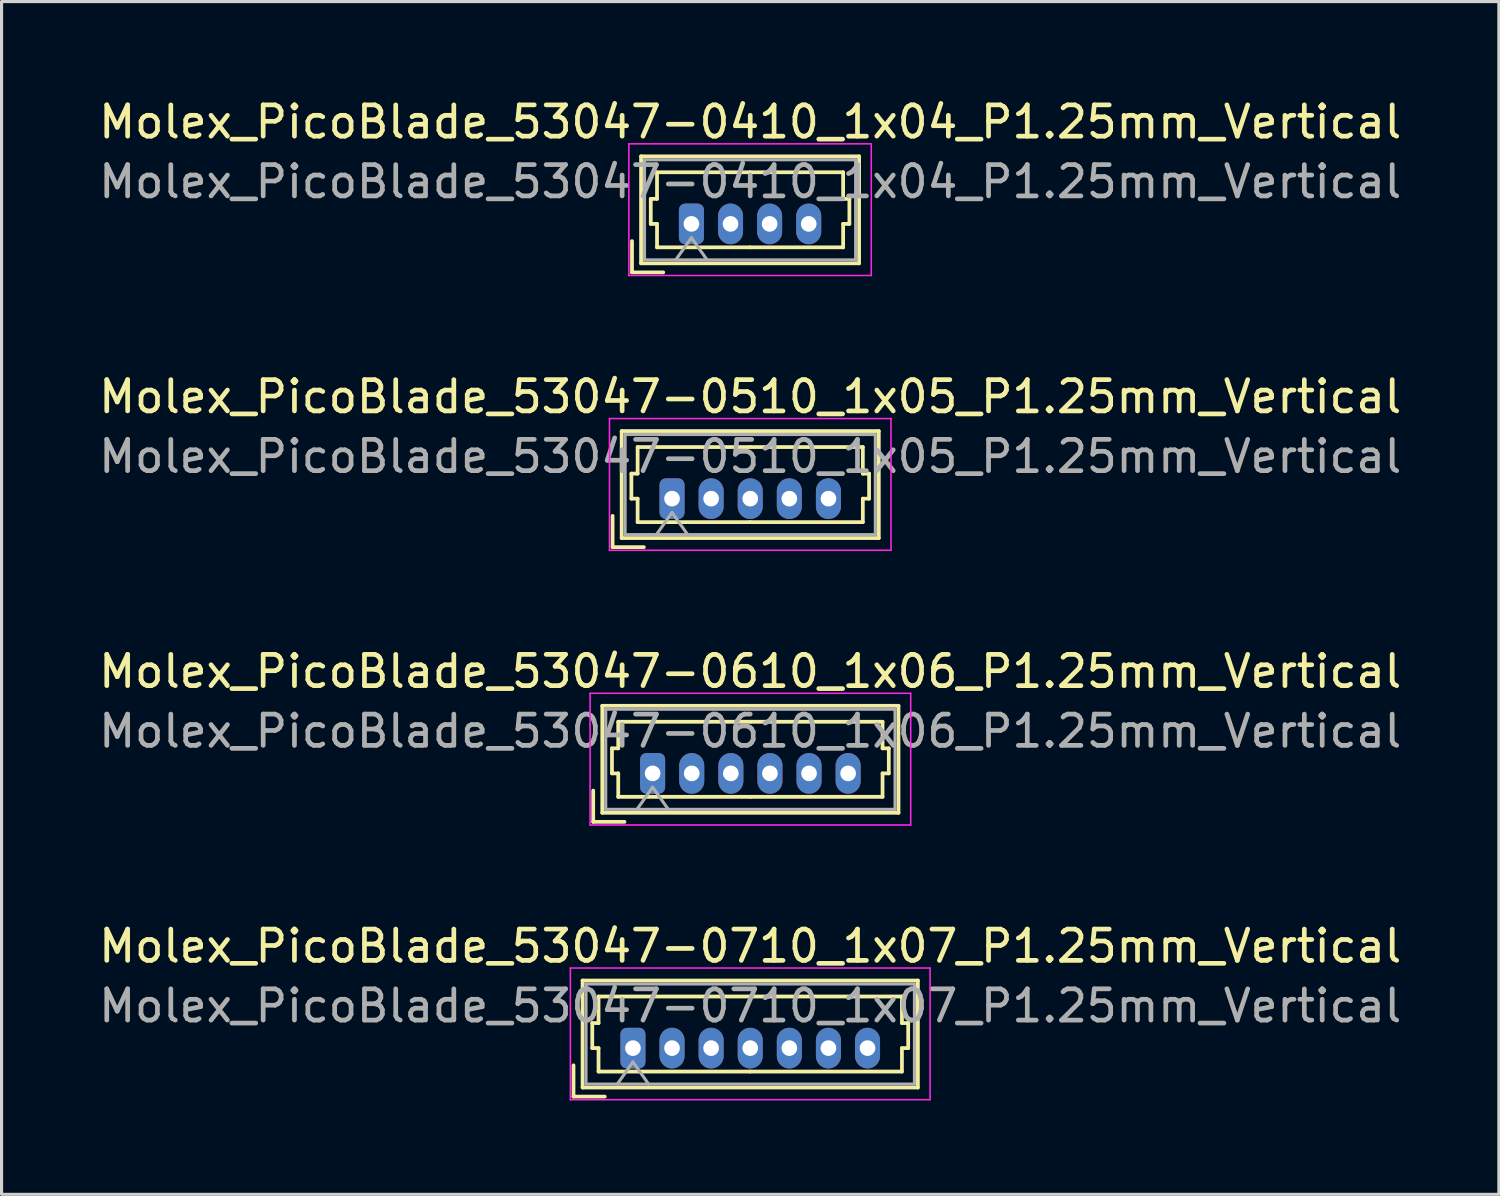
<source format=kicad_pcb>
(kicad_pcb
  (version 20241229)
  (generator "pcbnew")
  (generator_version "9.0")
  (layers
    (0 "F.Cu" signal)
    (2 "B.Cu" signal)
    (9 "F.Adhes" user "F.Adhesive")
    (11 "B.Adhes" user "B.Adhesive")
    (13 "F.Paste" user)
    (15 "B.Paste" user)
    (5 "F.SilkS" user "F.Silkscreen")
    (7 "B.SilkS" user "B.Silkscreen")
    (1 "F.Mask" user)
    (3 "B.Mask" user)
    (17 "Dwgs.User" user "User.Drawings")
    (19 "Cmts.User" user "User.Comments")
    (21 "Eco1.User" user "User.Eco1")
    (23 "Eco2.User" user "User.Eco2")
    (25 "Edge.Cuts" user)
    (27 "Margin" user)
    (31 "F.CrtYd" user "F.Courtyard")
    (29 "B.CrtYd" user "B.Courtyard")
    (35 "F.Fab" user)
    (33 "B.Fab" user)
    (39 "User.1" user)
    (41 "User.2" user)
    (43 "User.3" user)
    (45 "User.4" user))
  (footprint "Molex_PicoBlade_53047-0610_1x06_P1.25mm_Vertical"
    (layer "F.Cu")
    (at 17.815 21.675)
    (property "Reference" "Molex_PicoBlade_53047-0610_1x06_P1.25mm_Vertical" (at 3.12 -3.26 0) (layer "F.SilkS") (effects (font (size 1 1) (thickness 0.15))))
    (attr through_hole)
    (fp_line (start -1.9 1.55) (end -1.9 0.55) (stroke (width 0.12) (type solid)) (layer "F.SilkS"))
    (fp_line (start -1.9 1.55) (end -0.9 1.55) (stroke (width 0.12) (type solid)) (layer "F.SilkS"))
    (fp_line (start -1.61 -2.16) (end -1.61 1.26) (stroke (width 0.12) (type solid)) (layer "F.SilkS"))
    (fp_line (start -1.61 1.26) (end 7.86 1.26) (stroke (width 0.12) (type solid)) (layer "F.SilkS"))
    (fp_line (start -1.3 -0.8) (end -1.1 -0.8) (stroke (width 0.12) (type solid)) (layer "F.SilkS"))
    (fp_line (start -1.3 0) (end -1.3 -0.8) (stroke (width 0.12) (type solid)) (layer "F.SilkS"))
    (fp_line (start -1.1 -1.65) (end 3.125 -1.65) (stroke (width 0.12) (type solid)) (layer "F.SilkS"))
    (fp_line (start -1.1 -0.8) (end -1.1 -1.65) (stroke (width 0.12) (type solid)) (layer "F.SilkS"))
    (fp_line (start -1.1 0) (end -1.3 0) (stroke (width 0.12) (type solid)) (layer "F.SilkS"))
    (fp_line (start -1.1 0.75) (end -1.1 0) (stroke (width 0.12) (type solid)) (layer "F.SilkS"))
    (fp_line (start 3.125 0.75) (end -1.1 0.75) (stroke (width 0.12) (type solid)) (layer "F.SilkS"))
    (fp_line (start 3.125 0.75) (end 7.35 0.75) (stroke (width 0.12) (type solid)) (layer "F.SilkS"))
    (fp_line (start 7.35 -1.65) (end 3.125 -1.65) (stroke (width 0.12) (type solid)) (layer "F.SilkS"))
    (fp_line (start 7.35 -0.8) (end 7.35 -1.65) (stroke (width 0.12) (type solid)) (layer "F.SilkS"))
    (fp_line (start 7.35 0) (end 7.55 0) (stroke (width 0.12) (type solid)) (layer "F.SilkS"))
    (fp_line (start 7.35 0.75) (end 7.35 0) (stroke (width 0.12) (type solid)) (layer "F.SilkS"))
    (fp_line (start 7.55 -0.8) (end 7.35 -0.8) (stroke (width 0.12) (type solid)) (layer "F.SilkS"))
    (fp_line (start 7.55 0) (end 7.55 -0.8) (stroke (width 0.12) (type solid)) (layer "F.SilkS"))
    (fp_line (start 7.86 -2.16) (end -1.61 -2.16) (stroke (width 0.12) (type solid)) (layer "F.SilkS"))
    (fp_line (start 7.86 1.26) (end 7.86 -2.16) (stroke (width 0.12) (type solid)) (layer "F.SilkS"))
    (fp_line (start -2 -2.56) (end -2 1.65) (stroke (width 0.05) (type solid)) (layer "F.CrtYd"))
    (fp_line (start -2 1.65) (end 8.25 1.65) (stroke (width 0.05) (type solid)) (layer "F.CrtYd"))
    (fp_line (start 8.25 -2.56) (end -2 -2.56) (stroke (width 0.05) (type solid)) (layer "F.CrtYd"))
    (fp_line (start 8.25 1.65) (end 8.25 -2.56) (stroke (width 0.05) (type solid)) (layer "F.CrtYd"))
    (fp_line (start -1.5 -2.05) (end -1.5 1.15) (stroke (width 0.1) (type solid)) (layer "F.Fab"))
    (fp_line (start -1.5 1.15) (end 7.75 1.15) (stroke (width 0.1) (type solid)) (layer "F.Fab"))
    (fp_line (start -0.5 1.15) (end 0 0.443) (stroke (width 0.1) (type solid)) (layer "F.Fab"))
    (fp_line (start 0 0.443) (end 0.5 1.15) (stroke (width 0.1) (type solid)) (layer "F.Fab"))
    (fp_line (start 7.75 -2.05) (end -1.5 -2.05) (stroke (width 0.1) (type solid)) (layer "F.Fab"))
    (fp_line (start 7.75 1.15) (end 7.75 -2.05) (stroke (width 0.1) (type solid)) (layer "F.Fab"))
    (fp_text user "${REFERENCE}" (at 3.12 -1.35 0) (layer "F.Fab") (effects (font (size 1 1) (thickness 0.15))))
    (pad "1" thru_hole roundrect (at 0 0) (size 0.8 1.3) (drill 0.5) (layers "*.Cu" "*.Mask") (roundrect_rratio 0.25))
    (pad "2" thru_hole oval (at 1.25 0) (size 0.8 1.3) (drill 0.5) (layers "*.Cu" "*.Mask"))
    (pad "3" thru_hole oval (at 2.5 0) (size 0.8 1.3) (drill 0.5) (layers "*.Cu" "*.Mask"))
    (pad "4" thru_hole oval (at 3.75 0) (size 0.8 1.3) (drill 0.5) (layers "*.Cu" "*.Mask"))
    (pad "5" thru_hole oval (at 5 0) (size 0.8 1.3) (drill 0.5) (layers "*.Cu" "*.Mask"))
    (pad "6" thru_hole oval (at 6.25 0) (size 0.8 1.3) (drill 0.5) (layers "*.Cu" "*.Mask")))
  (footprint "Molex_PicoBlade_53047-0510_1x05_P1.25mm_Vertical"
    (layer "F.Cu")
    (at 18.435 12.892)
    (property "Reference" "Molex_PicoBlade_53047-0510_1x05_P1.25mm_Vertical" (at 2.5 -3.26 0) (layer "F.SilkS") (effects (font (size 1 1) (thickness 0.15))))
    (attr through_hole)
    (fp_line (start -1.9 1.55) (end -1.9 0.55) (stroke (width 0.12) (type solid)) (layer "F.SilkS"))
    (fp_line (start -1.9 1.55) (end -0.9 1.55) (stroke (width 0.12) (type solid)) (layer "F.SilkS"))
    (fp_line (start -1.61 -2.16) (end -1.61 1.26) (stroke (width 0.12) (type solid)) (layer "F.SilkS"))
    (fp_line (start -1.61 1.26) (end 6.61 1.26) (stroke (width 0.12) (type solid)) (layer "F.SilkS"))
    (fp_line (start -1.3 -0.8) (end -1.1 -0.8) (stroke (width 0.12) (type solid)) (layer "F.SilkS"))
    (fp_line (start -1.3 0) (end -1.3 -0.8) (stroke (width 0.12) (type solid)) (layer "F.SilkS"))
    (fp_line (start -1.1 -1.65) (end 2.5 -1.65) (stroke (width 0.12) (type solid)) (layer "F.SilkS"))
    (fp_line (start -1.1 -0.8) (end -1.1 -1.65) (stroke (width 0.12) (type solid)) (layer "F.SilkS"))
    (fp_line (start -1.1 0) (end -1.3 0) (stroke (width 0.12) (type solid)) (layer "F.SilkS"))
    (fp_line (start -1.1 0.75) (end -1.1 0) (stroke (width 0.12) (type solid)) (layer "F.SilkS"))
    (fp_line (start 2.5 0.75) (end -1.1 0.75) (stroke (width 0.12) (type solid)) (layer "F.SilkS"))
    (fp_line (start 2.5 0.75) (end 6.1 0.75) (stroke (width 0.12) (type solid)) (layer "F.SilkS"))
    (fp_line (start 6.1 -1.65) (end 2.5 -1.65) (stroke (width 0.12) (type solid)) (layer "F.SilkS"))
    (fp_line (start 6.1 -0.8) (end 6.1 -1.65) (stroke (width 0.12) (type solid)) (layer "F.SilkS"))
    (fp_line (start 6.1 0) (end 6.3 0) (stroke (width 0.12) (type solid)) (layer "F.SilkS"))
    (fp_line (start 6.1 0.75) (end 6.1 0) (stroke (width 0.12) (type solid)) (layer "F.SilkS"))
    (fp_line (start 6.3 -0.8) (end 6.1 -0.8) (stroke (width 0.12) (type solid)) (layer "F.SilkS"))
    (fp_line (start 6.3 0) (end 6.3 -0.8) (stroke (width 0.12) (type solid)) (layer "F.SilkS"))
    (fp_line (start 6.61 -2.16) (end -1.61 -2.16) (stroke (width 0.12) (type solid)) (layer "F.SilkS"))
    (fp_line (start 6.61 1.26) (end 6.61 -2.16) (stroke (width 0.12) (type solid)) (layer "F.SilkS"))
    (fp_line (start -2 -2.56) (end -2 1.65) (stroke (width 0.05) (type solid)) (layer "F.CrtYd"))
    (fp_line (start -2 1.65) (end 7 1.65) (stroke (width 0.05) (type solid)) (layer "F.CrtYd"))
    (fp_line (start 7 -2.56) (end -2 -2.56) (stroke (width 0.05) (type solid)) (layer "F.CrtYd"))
    (fp_line (start 7 1.65) (end 7 -2.56) (stroke (width 0.05) (type solid)) (layer "F.CrtYd"))
    (fp_line (start -1.5 -2.05) (end -1.5 1.15) (stroke (width 0.1) (type solid)) (layer "F.Fab"))
    (fp_line (start -1.5 1.15) (end 6.5 1.15) (stroke (width 0.1) (type solid)) (layer "F.Fab"))
    (fp_line (start -0.5 1.15) (end 0 0.443) (stroke (width 0.1) (type solid)) (layer "F.Fab"))
    (fp_line (start 0 0.443) (end 0.5 1.15) (stroke (width 0.1) (type solid)) (layer "F.Fab"))
    (fp_line (start 6.5 -2.05) (end -1.5 -2.05) (stroke (width 0.1) (type solid)) (layer "F.Fab"))
    (fp_line (start 6.5 1.15) (end 6.5 -2.05) (stroke (width 0.1) (type solid)) (layer "F.Fab"))
    (fp_text user "${REFERENCE}" (at 2.5 -1.35 0) (layer "F.Fab") (effects (font (size 1 1) (thickness 0.15))))
    (pad "1" thru_hole roundrect (at 0 0) (size 0.8 1.3) (drill 0.5) (layers "*.Cu" "*.Mask") (roundrect_rratio 0.25))
    (pad "2" thru_hole oval (at 1.25 0) (size 0.8 1.3) (drill 0.5) (layers "*.Cu" "*.Mask"))
    (pad "3" thru_hole oval (at 2.5 0) (size 0.8 1.3) (drill 0.5) (layers "*.Cu" "*.Mask"))
    (pad "4" thru_hole oval (at 3.75 0) (size 0.8 1.3) (drill 0.5) (layers "*.Cu" "*.Mask"))
    (pad "5" thru_hole oval (at 5 0) (size 0.8 1.3) (drill 0.5) (layers "*.Cu" "*.Mask")))
  (footprint "Molex_PicoBlade_53047-0710_1x07_P1.25mm_Vertical"
    (layer "F.Cu")
    (at 17.185 30.458)
    (property "Reference" "Molex_PicoBlade_53047-0710_1x07_P1.25mm_Vertical" (at 3.75 -3.26 0) (layer "F.SilkS") (effects (font (size 1 1) (thickness 0.15))))
    (attr through_hole)
    (fp_line (start -1.9 1.55) (end -1.9 0.55) (stroke (width 0.12) (type solid)) (layer "F.SilkS"))
    (fp_line (start -1.9 1.55) (end -0.9 1.55) (stroke (width 0.12) (type solid)) (layer "F.SilkS"))
    (fp_line (start -1.61 -2.16) (end -1.61 1.26) (stroke (width 0.12) (type solid)) (layer "F.SilkS"))
    (fp_line (start -1.61 1.26) (end 9.11 1.26) (stroke (width 0.12) (type solid)) (layer "F.SilkS"))
    (fp_line (start -1.3 -0.8) (end -1.1 -0.8) (stroke (width 0.12) (type solid)) (layer "F.SilkS"))
    (fp_line (start -1.3 0) (end -1.3 -0.8) (stroke (width 0.12) (type solid)) (layer "F.SilkS"))
    (fp_line (start -1.1 -1.65) (end 3.75 -1.65) (stroke (width 0.12) (type solid)) (layer "F.SilkS"))
    (fp_line (start -1.1 -0.8) (end -1.1 -1.65) (stroke (width 0.12) (type solid)) (layer "F.SilkS"))
    (fp_line (start -1.1 0) (end -1.3 0) (stroke (width 0.12) (type solid)) (layer "F.SilkS"))
    (fp_line (start -1.1 0.75) (end -1.1 0) (stroke (width 0.12) (type solid)) (layer "F.SilkS"))
    (fp_line (start 3.75 0.75) (end -1.1 0.75) (stroke (width 0.12) (type solid)) (layer "F.SilkS"))
    (fp_line (start 3.75 0.75) (end 8.6 0.75) (stroke (width 0.12) (type solid)) (layer "F.SilkS"))
    (fp_line (start 8.6 -1.65) (end 3.75 -1.65) (stroke (width 0.12) (type solid)) (layer "F.SilkS"))
    (fp_line (start 8.6 -0.8) (end 8.6 -1.65) (stroke (width 0.12) (type solid)) (layer "F.SilkS"))
    (fp_line (start 8.6 0) (end 8.8 0) (stroke (width 0.12) (type solid)) (layer "F.SilkS"))
    (fp_line (start 8.6 0.75) (end 8.6 0) (stroke (width 0.12) (type solid)) (layer "F.SilkS"))
    (fp_line (start 8.8 -0.8) (end 8.6 -0.8) (stroke (width 0.12) (type solid)) (layer "F.SilkS"))
    (fp_line (start 8.8 0) (end 8.8 -0.8) (stroke (width 0.12) (type solid)) (layer "F.SilkS"))
    (fp_line (start 9.11 -2.16) (end -1.61 -2.16) (stroke (width 0.12) (type solid)) (layer "F.SilkS"))
    (fp_line (start 9.11 1.26) (end 9.11 -2.16) (stroke (width 0.12) (type solid)) (layer "F.SilkS"))
    (fp_line (start -2 -2.56) (end -2 1.65) (stroke (width 0.05) (type solid)) (layer "F.CrtYd"))
    (fp_line (start -2 1.65) (end 9.5 1.65) (stroke (width 0.05) (type solid)) (layer "F.CrtYd"))
    (fp_line (start 9.5 -2.56) (end -2 -2.56) (stroke (width 0.05) (type solid)) (layer "F.CrtYd"))
    (fp_line (start 9.5 1.65) (end 9.5 -2.56) (stroke (width 0.05) (type solid)) (layer "F.CrtYd"))
    (fp_line (start -1.5 -2.05) (end -1.5 1.15) (stroke (width 0.1) (type solid)) (layer "F.Fab"))
    (fp_line (start -1.5 1.15) (end 9 1.15) (stroke (width 0.1) (type solid)) (layer "F.Fab"))
    (fp_line (start -0.5 1.15) (end 0 0.443) (stroke (width 0.1) (type solid)) (layer "F.Fab"))
    (fp_line (start 0 0.443) (end 0.5 1.15) (stroke (width 0.1) (type solid)) (layer "F.Fab"))
    (fp_line (start 9 -2.05) (end -1.5 -2.05) (stroke (width 0.1) (type solid)) (layer "F.Fab"))
    (fp_line (start 9 1.15) (end 9 -2.05) (stroke (width 0.1) (type solid)) (layer "F.Fab"))
    (fp_text user "${REFERENCE}" (at 3.75 -1.35 0) (layer "F.Fab") (effects (font (size 1 1) (thickness 0.15))))
    (pad "1" thru_hole roundrect (at 0 0) (size 0.8 1.3) (drill 0.5) (layers "*.Cu" "*.Mask") (roundrect_rratio 0.25))
    (pad "2" thru_hole oval (at 1.25 0) (size 0.8 1.3) (drill 0.5) (layers "*.Cu" "*.Mask"))
    (pad "3" thru_hole oval (at 2.5 0) (size 0.8 1.3) (drill 0.5) (layers "*.Cu" "*.Mask"))
    (pad "4" thru_hole oval (at 3.75 0) (size 0.8 1.3) (drill 0.5) (layers "*.Cu" "*.Mask"))
    (pad "5" thru_hole oval (at 5 0) (size 0.8 1.3) (drill 0.5) (layers "*.Cu" "*.Mask"))
    (pad "6" thru_hole oval (at 6.25 0) (size 0.8 1.3) (drill 0.5) (layers "*.Cu" "*.Mask"))
    (pad "7" thru_hole oval (at 7.5 0) (size 0.8 1.3) (drill 0.5) (layers "*.Cu" "*.Mask")))
  (footprint "Molex_PicoBlade_53047-0410_1x04_P1.25mm_Vertical"
    (layer "F.Cu")
    (at 19.055 4.108)
    (property "Reference" "Molex_PicoBlade_53047-0410_1x04_P1.25mm_Vertical" (at 1.88 -3.26 0) (layer "F.SilkS") (effects (font (size 1 1) (thickness 0.15))))
    (attr through_hole)
    (fp_line (start -1.9 1.55) (end -1.9 0.55) (stroke (width 0.12) (type solid)) (layer "F.SilkS"))
    (fp_line (start -1.9 1.55) (end -0.9 1.55) (stroke (width 0.12) (type solid)) (layer "F.SilkS"))
    (fp_line (start -1.61 -2.16) (end -1.61 1.26) (stroke (width 0.12) (type solid)) (layer "F.SilkS"))
    (fp_line (start -1.61 1.26) (end 5.36 1.26) (stroke (width 0.12) (type solid)) (layer "F.SilkS"))
    (fp_line (start -1.3 -0.8) (end -1.1 -0.8) (stroke (width 0.12) (type solid)) (layer "F.SilkS"))
    (fp_line (start -1.3 0) (end -1.3 -0.8) (stroke (width 0.12) (type solid)) (layer "F.SilkS"))
    (fp_line (start -1.1 -1.65) (end 1.875 -1.65) (stroke (width 0.12) (type solid)) (layer "F.SilkS"))
    (fp_line (start -1.1 -0.8) (end -1.1 -1.65) (stroke (width 0.12) (type solid)) (layer "F.SilkS"))
    (fp_line (start -1.1 0) (end -1.3 0) (stroke (width 0.12) (type solid)) (layer "F.SilkS"))
    (fp_line (start -1.1 0.75) (end -1.1 0) (stroke (width 0.12) (type solid)) (layer "F.SilkS"))
    (fp_line (start 1.875 0.75) (end -1.1 0.75) (stroke (width 0.12) (type solid)) (layer "F.SilkS"))
    (fp_line (start 1.875 0.75) (end 4.85 0.75) (stroke (width 0.12) (type solid)) (layer "F.SilkS"))
    (fp_line (start 4.85 -1.65) (end 1.875 -1.65) (stroke (width 0.12) (type solid)) (layer "F.SilkS"))
    (fp_line (start 4.85 -0.8) (end 4.85 -1.65) (stroke (width 0.12) (type solid)) (layer "F.SilkS"))
    (fp_line (start 4.85 0) (end 5.05 0) (stroke (width 0.12) (type solid)) (layer "F.SilkS"))
    (fp_line (start 4.85 0.75) (end 4.85 0) (stroke (width 0.12) (type solid)) (layer "F.SilkS"))
    (fp_line (start 5.05 -0.8) (end 4.85 -0.8) (stroke (width 0.12) (type solid)) (layer "F.SilkS"))
    (fp_line (start 5.05 0) (end 5.05 -0.8) (stroke (width 0.12) (type solid)) (layer "F.SilkS"))
    (fp_line (start 5.36 -2.16) (end -1.61 -2.16) (stroke (width 0.12) (type solid)) (layer "F.SilkS"))
    (fp_line (start 5.36 1.26) (end 5.36 -2.16) (stroke (width 0.12) (type solid)) (layer "F.SilkS"))
    (fp_line (start -2 -2.56) (end -2 1.65) (stroke (width 0.05) (type solid)) (layer "F.CrtYd"))
    (fp_line (start -2 1.65) (end 5.75 1.65) (stroke (width 0.05) (type solid)) (layer "F.CrtYd"))
    (fp_line (start 5.75 -2.56) (end -2 -2.56) (stroke (width 0.05) (type solid)) (layer "F.CrtYd"))
    (fp_line (start 5.75 1.65) (end 5.75 -2.56) (stroke (width 0.05) (type solid)) (layer "F.CrtYd"))
    (fp_line (start -1.5 -2.05) (end -1.5 1.15) (stroke (width 0.1) (type solid)) (layer "F.Fab"))
    (fp_line (start -1.5 1.15) (end 5.25 1.15) (stroke (width 0.1) (type solid)) (layer "F.Fab"))
    (fp_line (start -0.5 1.15) (end 0 0.443) (stroke (width 0.1) (type solid)) (layer "F.Fab"))
    (fp_line (start 0 0.443) (end 0.5 1.15) (stroke (width 0.1) (type solid)) (layer "F.Fab"))
    (fp_line (start 5.25 -2.05) (end -1.5 -2.05) (stroke (width 0.1) (type solid)) (layer "F.Fab"))
    (fp_line (start 5.25 1.15) (end 5.25 -2.05) (stroke (width 0.1) (type solid)) (layer "F.Fab"))
    (fp_text user "${REFERENCE}" (at 1.88 -1.35 0) (layer "F.Fab") (effects (font (size 1 1) (thickness 0.15))))
    (pad "1" thru_hole roundrect (at 0 0) (size 0.8 1.3) (drill 0.5) (layers "*.Cu" "*.Mask") (roundrect_rratio 0.25))
    (pad "2" thru_hole oval (at 1.25 0) (size 0.8 1.3) (drill 0.5) (layers "*.Cu" "*.Mask"))
    (pad "3" thru_hole oval (at 2.5 0) (size 0.8 1.3) (drill 0.5) (layers "*.Cu" "*.Mask"))
    (pad "4" thru_hole oval (at 3.75 0) (size 0.8 1.3) (drill 0.5) (layers "*.Cu" "*.Mask")))
  (gr_rect
    (start -3 -3)
    (end 44.869 35.133)
    (stroke (width 0.1) (type default))
    (fill no)
    (layer "Edge.Cuts")))
</source>
